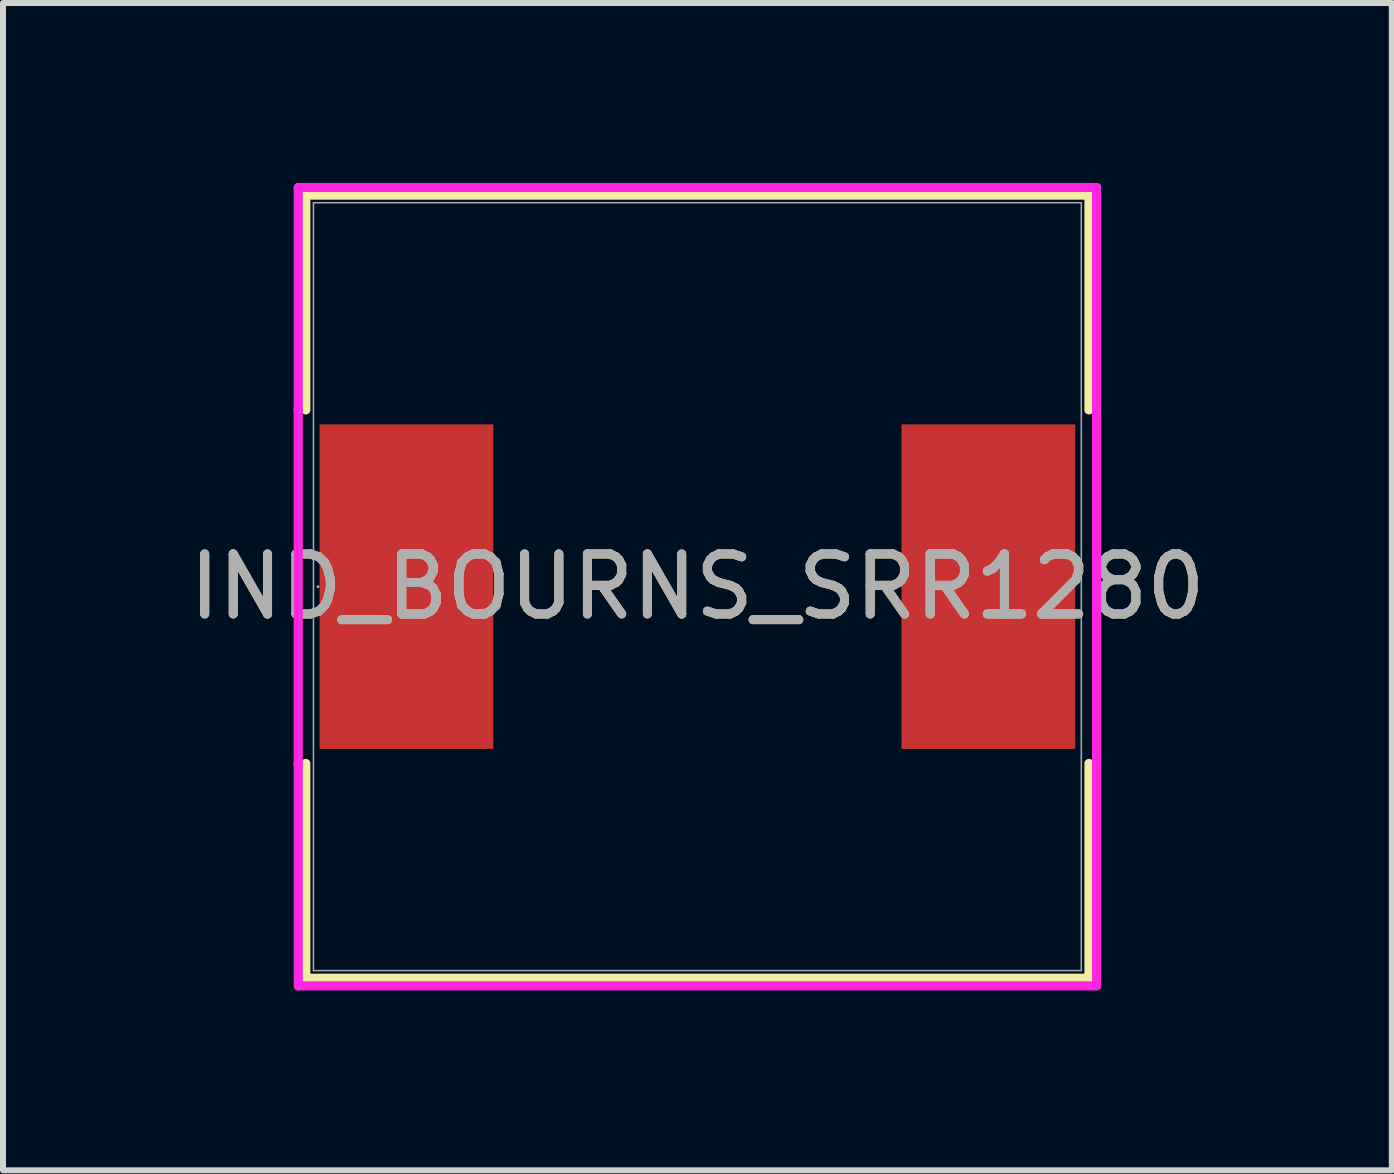
<source format=kicad_pcb>
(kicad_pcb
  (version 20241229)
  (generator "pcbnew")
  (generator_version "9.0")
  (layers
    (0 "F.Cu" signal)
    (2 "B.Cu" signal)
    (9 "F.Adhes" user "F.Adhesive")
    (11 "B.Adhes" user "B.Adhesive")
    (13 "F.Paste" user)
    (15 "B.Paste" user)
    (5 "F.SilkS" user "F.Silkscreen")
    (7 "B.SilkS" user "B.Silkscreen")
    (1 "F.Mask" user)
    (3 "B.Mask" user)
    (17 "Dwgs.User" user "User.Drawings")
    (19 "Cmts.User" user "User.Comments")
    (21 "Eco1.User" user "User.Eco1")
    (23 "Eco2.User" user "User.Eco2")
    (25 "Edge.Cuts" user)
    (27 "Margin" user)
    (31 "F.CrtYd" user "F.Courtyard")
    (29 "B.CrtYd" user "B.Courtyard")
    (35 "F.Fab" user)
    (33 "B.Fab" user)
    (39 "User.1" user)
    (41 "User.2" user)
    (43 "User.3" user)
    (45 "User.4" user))
  (footprint "IND_BOURNS_SRR1280"
    (layer "F.Cu")
    (at 8.577 6.731)
    (property "Reference" "IND_BOURNS_SRR1280" (at 0 0 0) (unlocked yes) (layer "F.SilkS") (effects (font (size 1 1) (thickness 0.15))))
    (attr smd)
    (fp_line (start -6.528 -6.528) (end -6.528 -2.947) (stroke (width 0.152) (type solid)) (layer "F.SilkS"))
    (fp_line (start -6.528 2.947) (end -6.528 6.528) (stroke (width 0.152) (type solid)) (layer "F.SilkS"))
    (fp_line (start -6.528 6.528) (end 6.528 6.528) (stroke (width 0.152) (type solid)) (layer "F.SilkS"))
    (fp_line (start 6.528 -6.528) (end -6.528 -6.528) (stroke (width 0.152) (type solid)) (layer "F.SilkS"))
    (fp_line (start 6.528 -2.947) (end 6.528 -6.528) (stroke (width 0.152) (type solid)) (layer "F.SilkS"))
    (fp_line (start 6.528 6.528) (end 6.528 2.947) (stroke (width 0.152) (type solid)) (layer "F.SilkS"))
    (fp_line (start -6.655 -6.655) (end 6.655 -6.655) (stroke (width 0.152) (type solid)) (layer "F.CrtYd"))
    (fp_line (start -6.655 -2.959) (end -6.655 -6.655) (stroke (width 0.152) (type solid)) (layer "F.CrtYd"))
    (fp_line (start -6.655 -2.959) (end -6.655 -2.959) (stroke (width 0.152) (type solid)) (layer "F.CrtYd"))
    (fp_line (start -6.655 2.959) (end -6.655 -2.959) (stroke (width 0.152) (type solid)) (layer "F.CrtYd"))
    (fp_line (start -6.655 2.959) (end -6.655 2.959) (stroke (width 0.152) (type solid)) (layer "F.CrtYd"))
    (fp_line (start -6.655 6.655) (end -6.655 2.959) (stroke (width 0.152) (type solid)) (layer "F.CrtYd"))
    (fp_line (start 6.655 -6.655) (end 6.655 -2.959) (stroke (width 0.152) (type solid)) (layer "F.CrtYd"))
    (fp_line (start 6.655 -2.959) (end 6.655 -2.959) (stroke (width 0.152) (type solid)) (layer "F.CrtYd"))
    (fp_line (start 6.655 -2.959) (end 6.655 2.959) (stroke (width 0.152) (type solid)) (layer "F.CrtYd"))
    (fp_line (start 6.655 2.959) (end 6.655 2.959) (stroke (width 0.152) (type solid)) (layer "F.CrtYd"))
    (fp_line (start 6.655 2.959) (end 6.655 6.655) (stroke (width 0.152) (type solid)) (layer "F.CrtYd"))
    (fp_line (start 6.655 6.655) (end -6.655 6.655) (stroke (width 0.152) (type solid)) (layer "F.CrtYd"))
    (fp_line (start -6.401 -6.401) (end -6.401 6.401) (stroke (width 0.025) (type solid)) (layer "F.Fab"))
    (fp_line (start -6.401 6.401) (end 6.401 6.401) (stroke (width 0.025) (type solid)) (layer "F.Fab"))
    (fp_line (start 6.401 -6.401) (end -6.401 -6.401) (stroke (width 0.025) (type solid)) (layer "F.Fab"))
    (fp_line (start 6.401 6.401) (end 6.401 -6.401) (stroke (width 0.025) (type solid)) (layer "F.Fab"))
    (fp_circle (center -6.325 0) (end -6.325 0) (stroke (width 0.025) (type solid)) (fill no) (layer "F.Fab"))
    (fp_text user "${REFERENCE}" (at 0 0 0) (unlocked yes) (layer "F.Fab") (effects (font (size 1 1) (thickness 0.15))))
    (pad "1" smd rect (at -4.851 0) (size 2.896 5.41) (layers "F.Cu" "F.Mask" "F.Paste"))
    (pad "2" smd rect (at 4.851 0) (size 2.896 5.41) (layers "F.Cu" "F.Mask" "F.Paste"))
    (zone (net_name "") (layer "F.Cu") (hatch full 0.508) (connect_pads) (min_thickness 0.254) (filled_areas_thickness no) (keepout (tracks not_allowed) (vias not_allowed) (pads allowed) (copperpour not_allowed) (footprints allowed)) (placement (enabled no)) (fill) (polygon (pts (xy 5.225 0.381) (xy 11.93 0.381) (xy 11.93 13.081) (xy 5.225 13.081)))))
  (gr_rect
    (start -3 -3)
    (end 20.155 16.462)
    (stroke (width 0.1) (type default))
    (fill no)
    (layer "Edge.Cuts")))
</source>
